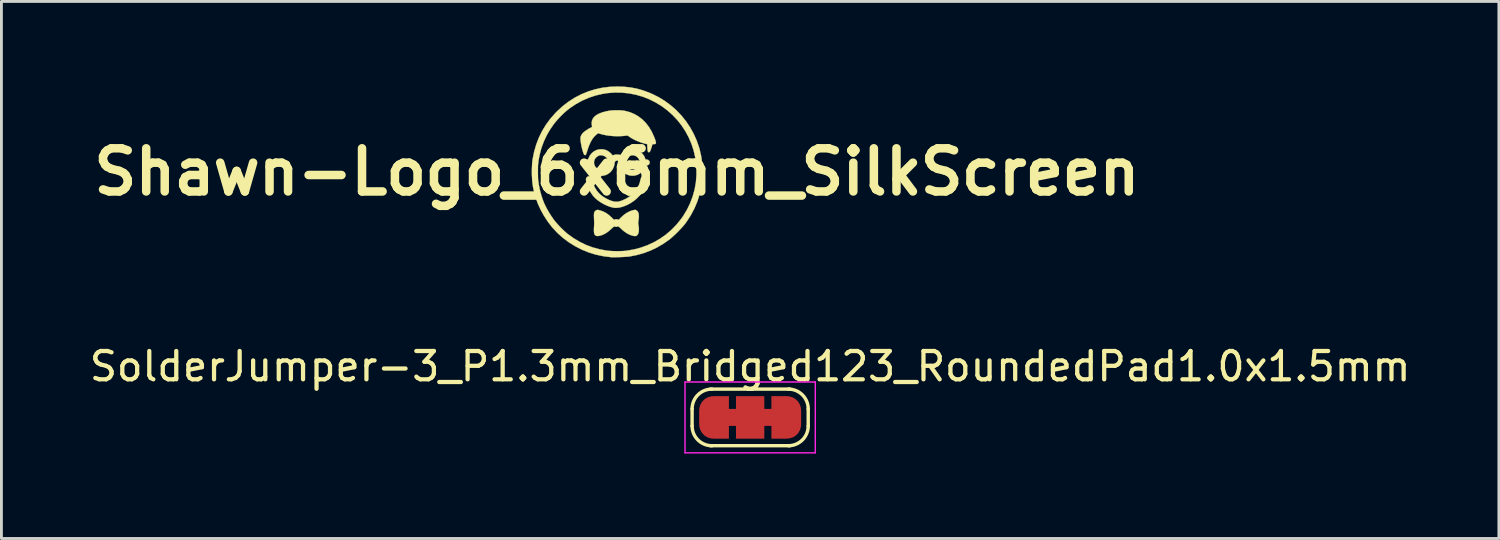
<source format=kicad_pcb>
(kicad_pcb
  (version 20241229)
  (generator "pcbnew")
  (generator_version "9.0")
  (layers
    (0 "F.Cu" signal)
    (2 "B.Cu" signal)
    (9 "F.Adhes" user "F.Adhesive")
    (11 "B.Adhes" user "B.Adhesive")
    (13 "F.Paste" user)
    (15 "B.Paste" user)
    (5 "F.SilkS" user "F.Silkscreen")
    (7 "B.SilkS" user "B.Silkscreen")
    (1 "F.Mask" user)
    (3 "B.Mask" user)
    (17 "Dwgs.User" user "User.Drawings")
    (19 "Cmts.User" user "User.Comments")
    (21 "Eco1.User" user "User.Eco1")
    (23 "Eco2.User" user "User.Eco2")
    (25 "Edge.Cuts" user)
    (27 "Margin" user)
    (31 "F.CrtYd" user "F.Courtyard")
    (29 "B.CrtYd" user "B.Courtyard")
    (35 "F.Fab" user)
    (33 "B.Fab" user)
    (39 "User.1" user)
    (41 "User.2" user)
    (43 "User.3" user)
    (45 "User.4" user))
  (footprint "Shawn-Logo_6x6mm_SilkScreen"
    (layer "F.Cu")
    (at 18.731 3.02)
    (property "Reference" "Shawn-Logo_6x6mm_SilkScreen" (at 0 0 0) (layer "F.SilkS") (effects (font (size 1.524 1.524) (thickness 0.3))))
    (attr through_hole)
    (fp_poly (pts (xy -0.948 0.159) (xy -0.921 0.176) (xy -0.9 0.209) (xy -0.883 0.261) (xy -0.875 0.297) (xy -0.838 0.421) (xy -0.783 0.543) (xy -0.715 0.655) (xy -0.639 0.748) (xy -0.566 0.815) (xy -0.477 0.881) (xy -0.378 0.94) (xy -0.277 0.99) (xy -0.219 1.013) (xy -0.135 1.039) (xy -0.062 1.053) (xy 0.006 1.054) (xy 0.077 1.043) (xy 0.157 1.018) (xy 0.211 0.998) (xy 0.35 0.93) (xy 0.475 0.847) (xy 0.584 0.75) (xy 0.676 0.64) (xy 0.75 0.52) (xy 0.803 0.391) (xy 0.829 0.286) (xy 0.844 0.231) (xy 0.864 0.191) (xy 0.87 0.183) (xy 0.906 0.159) (xy 0.947 0.154) (xy 0.988 0.166) (xy 1.023 0.192) (xy 1.044 0.23) (xy 1.046 0.237) (xy 1.048 0.284) (xy 1.038 0.347) (xy 1.017 0.421) (xy 0.988 0.502) (xy 0.952 0.587) (xy 0.91 0.671) (xy 0.863 0.749) (xy 0.849 0.77) (xy 0.776 0.863) (xy 0.687 0.951) (xy 0.586 1.032) (xy 0.477 1.104) (xy 0.363 1.165) (xy 0.247 1.213) (xy 0.132 1.248) (xy 0.023 1.267) (xy -0.079 1.268) (xy -0.116 1.263) (xy -0.23 1.235) (xy -0.35 1.191) (xy -0.469 1.134) (xy -0.584 1.066) (xy -0.69 0.991) (xy -0.781 0.911) (xy -0.848 0.836) (xy -0.919 0.733) (xy -0.982 0.622) (xy -1.033 0.509) (xy -1.07 0.4) (xy -1.086 0.328) (xy -1.093 0.282) (xy -1.093 0.251) (xy -1.087 0.227) (xy -1.081 0.213) (xy -1.051 0.175) (xy -1.011 0.156) (xy -0.983 0.154) (xy -0.948 0.159)) (stroke (width 0.01) (type solid)) (fill yes) (layer "F.SilkS"))
    (fp_poly (pts (xy 0.663 1.342) (xy 0.68 1.349) (xy 0.724 1.383) (xy 0.755 1.436) (xy 0.773 1.505) (xy 0.776 1.59) (xy 0.766 1.687) (xy 0.765 1.692) (xy 0.756 1.747) (xy 0.752 1.789) (xy 0.752 1.827) (xy 0.758 1.872) (xy 0.764 1.908) (xy 0.776 2.006) (xy 0.773 2.089) (xy 0.757 2.162) (xy 0.747 2.189) (xy 0.72 2.232) (xy 0.686 2.257) (xy 0.639 2.266) (xy 0.578 2.258) (xy 0.463 2.223) (xy 0.347 2.164) (xy 0.233 2.083) (xy 0.154 2.012) (xy 0.11 1.97) (xy 0.078 1.942) (xy 0.056 1.928) (xy 0.041 1.924) (xy 0.034 1.926) (xy 0.003 1.935) (xy -0.036 1.937) (xy -0.071 1.931) (xy -0.082 1.926) (xy -0.095 1.926) (xy -0.115 1.938) (xy -0.147 1.963) (xy -0.192 2.004) (xy -0.203 2.015) (xy -0.253 2.06) (xy -0.307 2.104) (xy -0.357 2.141) (xy -0.388 2.162) (xy -0.469 2.205) (xy -0.547 2.237) (xy -0.619 2.257) (xy -0.681 2.264) (xy -0.73 2.258) (xy -0.745 2.252) (xy -0.774 2.229) (xy -0.794 2.198) (xy -0.806 2.155) (xy -0.812 2.097) (xy -0.812 2.02) (xy -0.81 1.988) (xy -0.807 1.924) (xy -0.804 1.874) (xy -0.803 1.832) (xy -0.803 1.793) (xy -0.804 1.749) (xy -0.806 1.696) (xy -0.809 1.626) (xy -0.81 1.613) (xy -0.812 1.533) (xy -0.809 1.473) (xy -0.8 1.429) (xy -0.785 1.397) (xy -0.761 1.373) (xy -0.73 1.355) (xy -0.707 1.344) (xy -0.687 1.34) (xy -0.664 1.341) (xy -0.631 1.349) (xy -0.596 1.358) (xy -0.48 1.399) (xy -0.371 1.457) (xy -0.266 1.535) (xy -0.186 1.609) (xy -0.105 1.69) (xy -0.064 1.676) (xy -0.029 1.667) (xy 0.005 1.672) (xy 0.019 1.676) (xy 0.061 1.692) (xy 0.134 1.618) (xy 0.244 1.517) (xy 0.355 1.44) (xy 0.467 1.384) (xy 0.563 1.353) (xy 0.61 1.343) (xy 0.641 1.339) (xy 0.663 1.342)) (stroke (width 0.01) (type solid)) (fill yes) (layer "F.SilkS"))
    (fp_poly (pts (xy 0.119 -2.175) (xy 0.209 -2.168) (xy 0.278 -2.157) (xy 0.45 -2.112) (xy 0.611 -2.046) (xy 0.76 -1.96) (xy 0.897 -1.854) (xy 1.021 -1.729) (xy 1.132 -1.585) (xy 1.228 -1.424) (xy 1.31 -1.245) (xy 1.311 -1.244) (xy 1.343 -1.161) (xy 1.364 -1.098) (xy 1.376 -1.051) (xy 1.378 -1.018) (xy 1.37 -0.997) (xy 1.351 -0.986) (xy 1.323 -0.981) (xy 1.306 -0.981) (xy 1.256 -0.981) (xy 1.217 -0.854) (xy 1.195 -0.786) (xy 1.176 -0.739) (xy 1.159 -0.709) (xy 1.142 -0.696) (xy 1.122 -0.695) (xy 1.114 -0.697) (xy 1.101 -0.708) (xy 1.09 -0.729) (xy 1.082 -0.763) (xy 1.077 -0.815) (xy 1.073 -0.886) (xy 1.072 -0.906) (xy 1.069 -0.979) (xy 1.01 -0.993) (xy 0.891 -1.026) (xy 0.77 -1.069) (xy 0.654 -1.118) (xy 0.549 -1.172) (xy 0.459 -1.228) (xy 0.44 -1.241) (xy 0.404 -1.268) (xy 0.377 -1.281) (xy 0.354 -1.285) (xy 0.333 -1.282) (xy 0.198 -1.267) (xy 0.052 -1.261) (xy -0.099 -1.264) (xy -0.249 -1.276) (xy -0.393 -1.297) (xy -0.525 -1.325) (xy -0.614 -1.353) (xy -0.642 -1.361) (xy -0.661 -1.362) (xy -0.682 -1.352) (xy -0.712 -1.331) (xy -0.717 -1.327) (xy -0.793 -1.257) (xy -0.863 -1.167) (xy -0.927 -1.057) (xy -0.986 -0.927) (xy -1.039 -0.774) (xy -1.053 -0.727) (xy -1.069 -0.677) (xy -1.084 -0.636) (xy -1.096 -0.608) (xy -1.102 -0.6) (xy -1.13 -0.592) (xy -1.153 -0.606) (xy -1.162 -0.617) (xy -1.179 -0.654) (xy -1.198 -0.708) (xy -1.218 -0.776) (xy -1.238 -0.853) (xy -1.255 -0.932) (xy -1.269 -1.009) (xy -1.28 -1.079) (xy -1.283 -1.117) (xy -1.286 -1.172) (xy -1.286 -1.21) (xy -1.281 -1.241) (xy -1.27 -1.27) (xy -1.267 -1.279) (xy -1.243 -1.321) (xy -1.211 -1.364) (xy -1.196 -1.381) (xy -1.154 -1.417) (xy -1.099 -1.459) (xy -1.036 -1.5) (xy -0.975 -1.537) (xy -0.927 -1.561) (xy -0.895 -1.576) (xy -0.881 -1.589) (xy -0.879 -1.606) (xy -0.883 -1.628) (xy -0.893 -1.722) (xy -0.882 -1.806) (xy -0.85 -1.883) (xy -0.796 -1.951) (xy -0.72 -2.011) (xy -0.623 -2.063) (xy -0.504 -2.107) (xy -0.363 -2.143) (xy -0.254 -2.163) (xy -0.174 -2.172) (xy -0.08 -2.177) (xy 0.02 -2.178) (xy 0.119 -2.175)) (stroke (width 0.01) (type solid)) (fill yes) (layer "F.SilkS"))
    (fp_poly (pts (xy -0.493 -0.799) (xy -0.396 -0.775) (xy -0.305 -0.731) (xy -0.225 -0.666) (xy -0.2 -0.64) (xy -0.15 -0.582) (xy -0.111 -0.598) (xy -0.068 -0.609) (xy -0.013 -0.614) (xy 0.045 -0.612) (xy 0.094 -0.604) (xy 0.105 -0.601) (xy 0.125 -0.596) (xy 0.141 -0.597) (xy 0.158 -0.608) (xy 0.183 -0.631) (xy 0.206 -0.655) (xy 0.288 -0.724) (xy 0.351 -0.759) (xy 0.39 -0.777) (xy 0.423 -0.788) (xy 0.457 -0.794) (xy 0.5 -0.797) (xy 0.55 -0.797) (xy 0.606 -0.797) (xy 0.646 -0.794) (xy 0.678 -0.788) (xy 0.71 -0.776) (xy 0.745 -0.759) (xy 0.831 -0.706) (xy 0.904 -0.639) (xy 0.959 -0.564) (xy 0.993 -0.486) (xy 1.004 -0.455) (xy 1.017 -0.441) (xy 1.04 -0.437) (xy 1.05 -0.437) (xy 1.1 -0.426) (xy 1.135 -0.397) (xy 1.155 -0.353) (xy 1.158 -0.325) (xy 1.147 -0.288) (xy 1.12 -0.255) (xy 1.082 -0.232) (xy 1.046 -0.224) (xy 1.015 -0.22) (xy 1.004 -0.209) (xy 0.997 -0.18) (xy 0.978 -0.139) (xy 0.951 -0.092) (xy 0.919 -0.047) (xy 0.886 -0.007) (xy 0.874 0.005) (xy 0.792 0.068) (xy 0.704 0.109) (xy 0.612 0.131) (xy 0.52 0.134) (xy 0.429 0.119) (xy 0.344 0.088) (xy 0.266 0.04) (xy 0.198 -0.022) (xy 0.143 -0.097) (xy 0.103 -0.186) (xy 0.083 -0.283) (xy 0.075 -0.333) (xy 0.295 -0.333) (xy 0.305 -0.257) (xy 0.333 -0.193) (xy 0.356 -0.164) (xy 0.392 -0.129) (xy 0.432 -0.104) (xy 0.48 -0.086) (xy 0.543 -0.073) (xy 0.558 -0.074) (xy 0.586 -0.08) (xy 0.6 -0.083) (xy 0.67 -0.11) (xy 0.726 -0.152) (xy 0.767 -0.206) (xy 0.793 -0.268) (xy 0.803 -0.335) (xy 0.795 -0.401) (xy 0.769 -0.464) (xy 0.724 -0.52) (xy 0.713 -0.53) (xy 0.649 -0.569) (xy 0.582 -0.588) (xy 0.514 -0.587) (xy 0.449 -0.568) (xy 0.392 -0.534) (xy 0.345 -0.486) (xy 0.312 -0.425) (xy 0.296 -0.353) (xy 0.295 -0.333) (xy 0.075 -0.333) (xy 0.075 -0.338) (xy 0.063 -0.374) (xy 0.045 -0.393) (xy 0.019 -0.401) (xy 0.005 -0.402) (xy -0.037 -0.391) (xy -0.068 -0.363) (xy -0.082 -0.322) (xy -0.083 -0.314) (xy -0.093 -0.234) (xy -0.122 -0.151) (xy -0.165 -0.072) (xy -0.221 -0.002) (xy -0.224 0.001) (xy -0.305 0.066) (xy -0.397 0.111) (xy -0.497 0.134) (xy -0.601 0.135) (xy -0.641 0.13) (xy -0.735 0.102) (xy -0.821 0.053) (xy -0.897 -0.013) (xy -0.958 -0.095) (xy -1.004 -0.19) (xy -1.008 -0.204) (xy -1.025 -0.221) (xy -1.046 -0.224) (xy -1.094 -0.234) (xy -1.132 -0.26) (xy -1.158 -0.297) (xy -1.164 -0.331) (xy -0.81 -0.331) (xy -0.8 -0.261) (xy -0.773 -0.199) (xy -0.731 -0.148) (xy -0.678 -0.109) (xy -0.615 -0.084) (xy -0.547 -0.077) (xy -0.476 -0.09) (xy -0.437 -0.107) (xy -0.389 -0.139) (xy -0.347 -0.186) (xy -0.325 -0.219) (xy -0.31 -0.258) (xy -0.303 -0.31) (xy -0.303 -0.366) (xy -0.312 -0.417) (xy -0.322 -0.444) (xy -0.366 -0.503) (xy -0.426 -0.55) (xy -0.495 -0.58) (xy -0.564 -0.591) (xy -0.628 -0.58) (xy -0.689 -0.549) (xy -0.742 -0.504) (xy -0.782 -0.447) (xy -0.799 -0.405) (xy -0.81 -0.331) (xy -1.164 -0.331) (xy -1.166 -0.341) (xy -1.163 -0.359) (xy -1.142 -0.397) (xy -1.106 -0.425) (xy -1.062 -0.437) (xy -1.056 -0.437) (xy -1.033 -0.439) (xy -1.018 -0.448) (xy -1.006 -0.471) (xy -0.996 -0.497) (xy -0.954 -0.581) (xy -0.894 -0.656) (xy -0.82 -0.72) (xy -0.735 -0.767) (xy -0.699 -0.78) (xy -0.595 -0.801) (xy -0.493 -0.799)) (stroke (width 0.01) (type solid)) (fill yes) (layer "F.SilkS"))
    (fp_poly (pts (xy 0.254 -3.007) (xy 0.483 -2.982) (xy 0.704 -2.94) (xy 0.924 -2.878) (xy 1.145 -2.796) (xy 1.236 -2.757) (xy 1.471 -2.641) (xy 1.693 -2.505) (xy 1.902 -2.35) (xy 2.097 -2.179) (xy 2.276 -1.992) (xy 2.438 -1.79) (xy 2.583 -1.575) (xy 2.709 -1.347) (xy 2.816 -1.109) (xy 2.902 -0.861) (xy 2.919 -0.799) (xy 2.975 -0.557) (xy 3.009 -0.311) (xy 3.024 -0.057) (xy 3.024 0.000352) (xy 3.013 0.268) (xy 2.978 0.53) (xy 2.921 0.787) (xy 2.841 1.038) (xy 2.739 1.282) (xy 2.615 1.518) (xy 2.469 1.745) (xy 2.407 1.831) (xy 2.358 1.891) (xy 2.296 1.962) (xy 2.223 2.04) (xy 2.145 2.12) (xy 2.065 2.199) (xy 1.986 2.272) (xy 1.914 2.336) (xy 1.853 2.387) (xy 1.843 2.394) (xy 1.626 2.544) (xy 1.405 2.672) (xy 1.18 2.779) (xy 0.946 2.866) (xy 0.7 2.935) (xy 0.452 2.984) (xy 0.415 2.989) (xy 0.362 2.993) (xy 0.297 2.998) (xy 0.224 3.002) (xy 0.146 3.006) (xy 0.067 3.009) (xy -0.009 3.011) (xy -0.08 3.013) (xy -0.14 3.013) (xy -0.187 3.013) (xy -0.216 3.011) (xy -0.224 3.009) (xy -0.238 3.005) (xy -0.269 3.001) (xy -0.308 2.997) (xy -0.355 2.992) (xy -0.415 2.984) (xy -0.478 2.975) (xy -0.503 2.971) (xy -0.754 2.917) (xy -0.999 2.841) (xy -1.239 2.743) (xy -1.469 2.626) (xy -1.688 2.491) (xy -1.895 2.337) (xy -2.087 2.168) (xy -2.262 1.983) (xy -2.291 1.949) (xy -2.442 1.753) (xy -2.578 1.545) (xy -2.697 1.328) (xy -2.797 1.108) (xy -2.875 0.886) (xy -2.875 0.886) (xy -2.896 0.812) (xy -2.918 0.73) (xy -2.938 0.647) (xy -2.955 0.569) (xy -2.967 0.503) (xy -2.971 0.473) (xy -2.977 0.432) (xy -2.982 0.397) (xy -2.985 0.384) (xy -2.987 0.364) (xy -2.99 0.326) (xy -2.994 0.273) (xy -2.997 0.211) (xy -2.999 0.177) (xy -3.003 0.077) (xy -3.003 0.016) (xy -2.788 0.016) (xy -2.788 0.087) (xy -2.787 0.152) (xy -2.786 0.207) (xy -2.784 0.246) (xy -2.783 0.26) (xy -2.778 0.298) (xy -2.772 0.343) (xy -2.77 0.36) (xy -2.754 0.469) (xy -2.73 0.588) (xy -2.702 0.709) (xy -2.67 0.822) (xy -2.648 0.892) (xy -2.631 0.94) (xy -2.614 0.99) (xy -2.605 1.016) (xy -2.57 1.103) (xy -2.522 1.204) (xy -2.465 1.313) (xy -2.4 1.426) (xy -2.33 1.538) (xy -2.258 1.644) (xy -2.217 1.701) (xy -2.169 1.76) (xy -2.109 1.829) (xy -2.04 1.904) (xy -1.967 1.98) (xy -1.893 2.052) (xy -1.824 2.117) (xy -1.764 2.17) (xy -1.743 2.187) (xy -1.531 2.339) (xy -1.315 2.468) (xy -1.093 2.576) (xy -0.864 2.662) (xy -0.625 2.728) (xy -0.374 2.775) (xy -0.325 2.782) (xy -0.239 2.79) (xy -0.137 2.795) (xy -0.025 2.798) (xy 0.088 2.797) (xy 0.196 2.794) (xy 0.291 2.787) (xy 0.332 2.783) (xy 0.589 2.739) (xy 0.839 2.674) (xy 1.078 2.588) (xy 1.308 2.482) (xy 1.525 2.356) (xy 1.73 2.211) (xy 1.922 2.048) (xy 2.099 1.866) (xy 2.26 1.668) (xy 2.345 1.548) (xy 2.477 1.327) (xy 2.588 1.097) (xy 2.677 0.86) (xy 2.744 0.616) (xy 2.788 0.366) (xy 2.809 0.111) (xy 2.807 -0.148) (xy 2.8 -0.258) (xy 2.766 -0.509) (xy 2.71 -0.752) (xy 2.633 -0.988) (xy 2.536 -1.215) (xy 2.42 -1.432) (xy 2.285 -1.638) (xy 2.133 -1.831) (xy 1.964 -2.01) (xy 1.78 -2.174) (xy 1.582 -2.322) (xy 1.369 -2.452) (xy 1.144 -2.565) (xy 0.918 -2.654) (xy 0.673 -2.725) (xy 0.423 -2.774) (xy 0.17 -2.8) (xy -0.085 -2.803) (xy -0.34 -2.783) (xy -0.502 -2.757) (xy -0.752 -2.699) (xy -0.994 -2.619) (xy -1.228 -2.517) (xy -1.452 -2.393) (xy -1.666 -2.249) (xy -1.778 -2.161) (xy -1.844 -2.103) (xy -1.919 -2.032) (xy -1.999 -1.952) (xy -2.077 -1.868) (xy -2.149 -1.787) (xy -2.209 -1.713) (xy -2.225 -1.692) (xy -2.358 -1.501) (xy -2.475 -1.299) (xy -2.574 -1.091) (xy -2.653 -0.882) (xy -2.677 -0.806) (xy -2.698 -0.726) (xy -2.72 -0.638) (xy -2.74 -0.548) (xy -2.756 -0.464) (xy -2.767 -0.392) (xy -2.771 -0.366) (xy -2.776 -0.32) (xy -2.781 -0.278) (xy -2.784 -0.254) (xy -2.786 -0.228) (xy -2.787 -0.183) (xy -2.788 -0.124) (xy -2.788 -0.056) (xy -2.788 0.016) (xy -3.003 0.016) (xy -3.003 -0.031) (xy -3.001 -0.142) (xy -2.996 -0.25) (xy -2.989 -0.347) (xy -2.98 -0.428) (xy -2.977 -0.443) (xy -2.923 -0.713) (xy -2.849 -0.969) (xy -2.755 -1.212) (xy -2.641 -1.444) (xy -2.507 -1.665) (xy -2.352 -1.876) (xy -2.175 -2.077) (xy -2.121 -2.133) (xy -1.922 -2.316) (xy -1.712 -2.478) (xy -1.491 -2.62) (xy -1.26 -2.74) (xy -1.02 -2.839) (xy -0.771 -2.916) (xy -0.514 -2.972) (xy -0.25 -3.005) (xy 0.012 -3.015) (xy 0.254 -3.007)) (stroke (width 0.01) (type solid)) (fill yes) (layer "F.SilkS")))
  (footprint "SolderJumper-3_P1.3mm_Bridged123_RoundedPad1.0x1.5mm"
    (layer "F.Cu")
    (at 23.435 11.687)
    (property "Reference" "SolderJumper-3_P1.3mm_Bridged123_RoundedPad1.0x1.5mm" (at 0 -1.8 0) (layer "F.SilkS") (effects (font (size 1 1) (thickness 0.15))))
    (attr exclude_from_pos_files exclude_from_bom)
    (fp_poly (pts (xy -0.9 -0.3) (xy -0.4 -0.3) (xy -0.4 0.3) (xy -0.9 0.3)) (stroke (width 0) (type solid)) (fill yes) (layer "F.Cu"))
    (fp_poly (pts (xy 0.35 -0.3) (xy 0.85 -0.3) (xy 0.85 0.3) (xy 0.35 0.3)) (stroke (width 0) (type solid)) (fill yes) (layer "F.Cu"))
    (fp_line (start -2.05 0.3) (end -2.05 -0.3) (stroke (width 0.12) (type solid)) (layer "F.SilkS"))
    (fp_line (start -1.4 -1) (end 1.4 -1) (stroke (width 0.12) (type solid)) (layer "F.SilkS"))
    (fp_line (start 1.4 1) (end -1.4 1) (stroke (width 0.12) (type solid)) (layer "F.SilkS"))
    (fp_line (start 2.05 -0.3) (end 2.05 0.3) (stroke (width 0.12) (type solid)) (layer "F.SilkS"))
    (fp_arc (start -2.05 -0.3) (mid -1.844975 -0.794975) (end -1.35 -1) (stroke (width 0.12) (type solid)) (layer "F.SilkS"))
    (fp_arc (start -1.35 1) (mid -1.844975 0.794975) (end -2.05 0.3) (stroke (width 0.12) (type solid)) (layer "F.SilkS"))
    (fp_arc (start 1.35 -1) (mid 1.844975 -0.794975) (end 2.05 -0.3) (stroke (width 0.12) (type solid)) (layer "F.SilkS"))
    (fp_arc (start 2.05 0.3) (mid 1.844975 0.794975) (end 1.35 1) (stroke (width 0.12) (type solid)) (layer "F.SilkS"))
    (fp_line (start -2.3 -1.25) (end -2.3 1.25) (stroke (width 0.05) (type solid)) (layer "F.CrtYd"))
    (fp_line (start -2.3 -1.25) (end 2.3 -1.25) (stroke (width 0.05) (type solid)) (layer "F.CrtYd"))
    (fp_line (start 2.3 1.25) (end -2.3 1.25) (stroke (width 0.05) (type solid)) (layer "F.CrtYd"))
    (fp_line (start 2.3 1.25) (end 2.3 -1.25) (stroke (width 0.05) (type solid)) (layer "F.CrtYd"))
    (pad "1" smd custom (at -1.3 0) (size 1 0.5) (layers "F.Cu" "F.Mask") (options (anchor rect)) (primitives (gr_circle (center 0 0.25) (end 0.5 0.25) (width 0) (fill yes)) (gr_circle (center 0 -0.25) (end 0.5 -0.25) (width 0) (fill yes)) (gr_poly (pts (xy 0.55 -0.75) (xy 0 -0.75) (xy 0 0.75) (xy 0.55 0.75)) (width 0) (fill yes))))
    (pad "2" smd rect (at 0 0) (size 1 1.5) (layers "F.Cu" "F.Mask"))
    (pad "3" smd custom (at 1.3 0) (size 1 0.5) (layers "F.Cu" "F.Mask") (options (anchor rect)) (primitives (gr_circle (center 0 0.25) (end 0.5 0.25) (width 0) (fill yes)) (gr_circle (center 0 -0.25) (end 0.5 -0.25) (width 0) (fill yes)) (gr_poly (pts (xy -0.55 -0.75) (xy 0 -0.75) (xy 0 0.75) (xy -0.55 0.75)) (width 0) (fill yes)))))
  (gr_rect
    (start -3 -3)
    (end 49.869 15.962)
    (stroke (width 0.1) (type default))
    (fill no)
    (layer "Edge.Cuts")))
</source>
